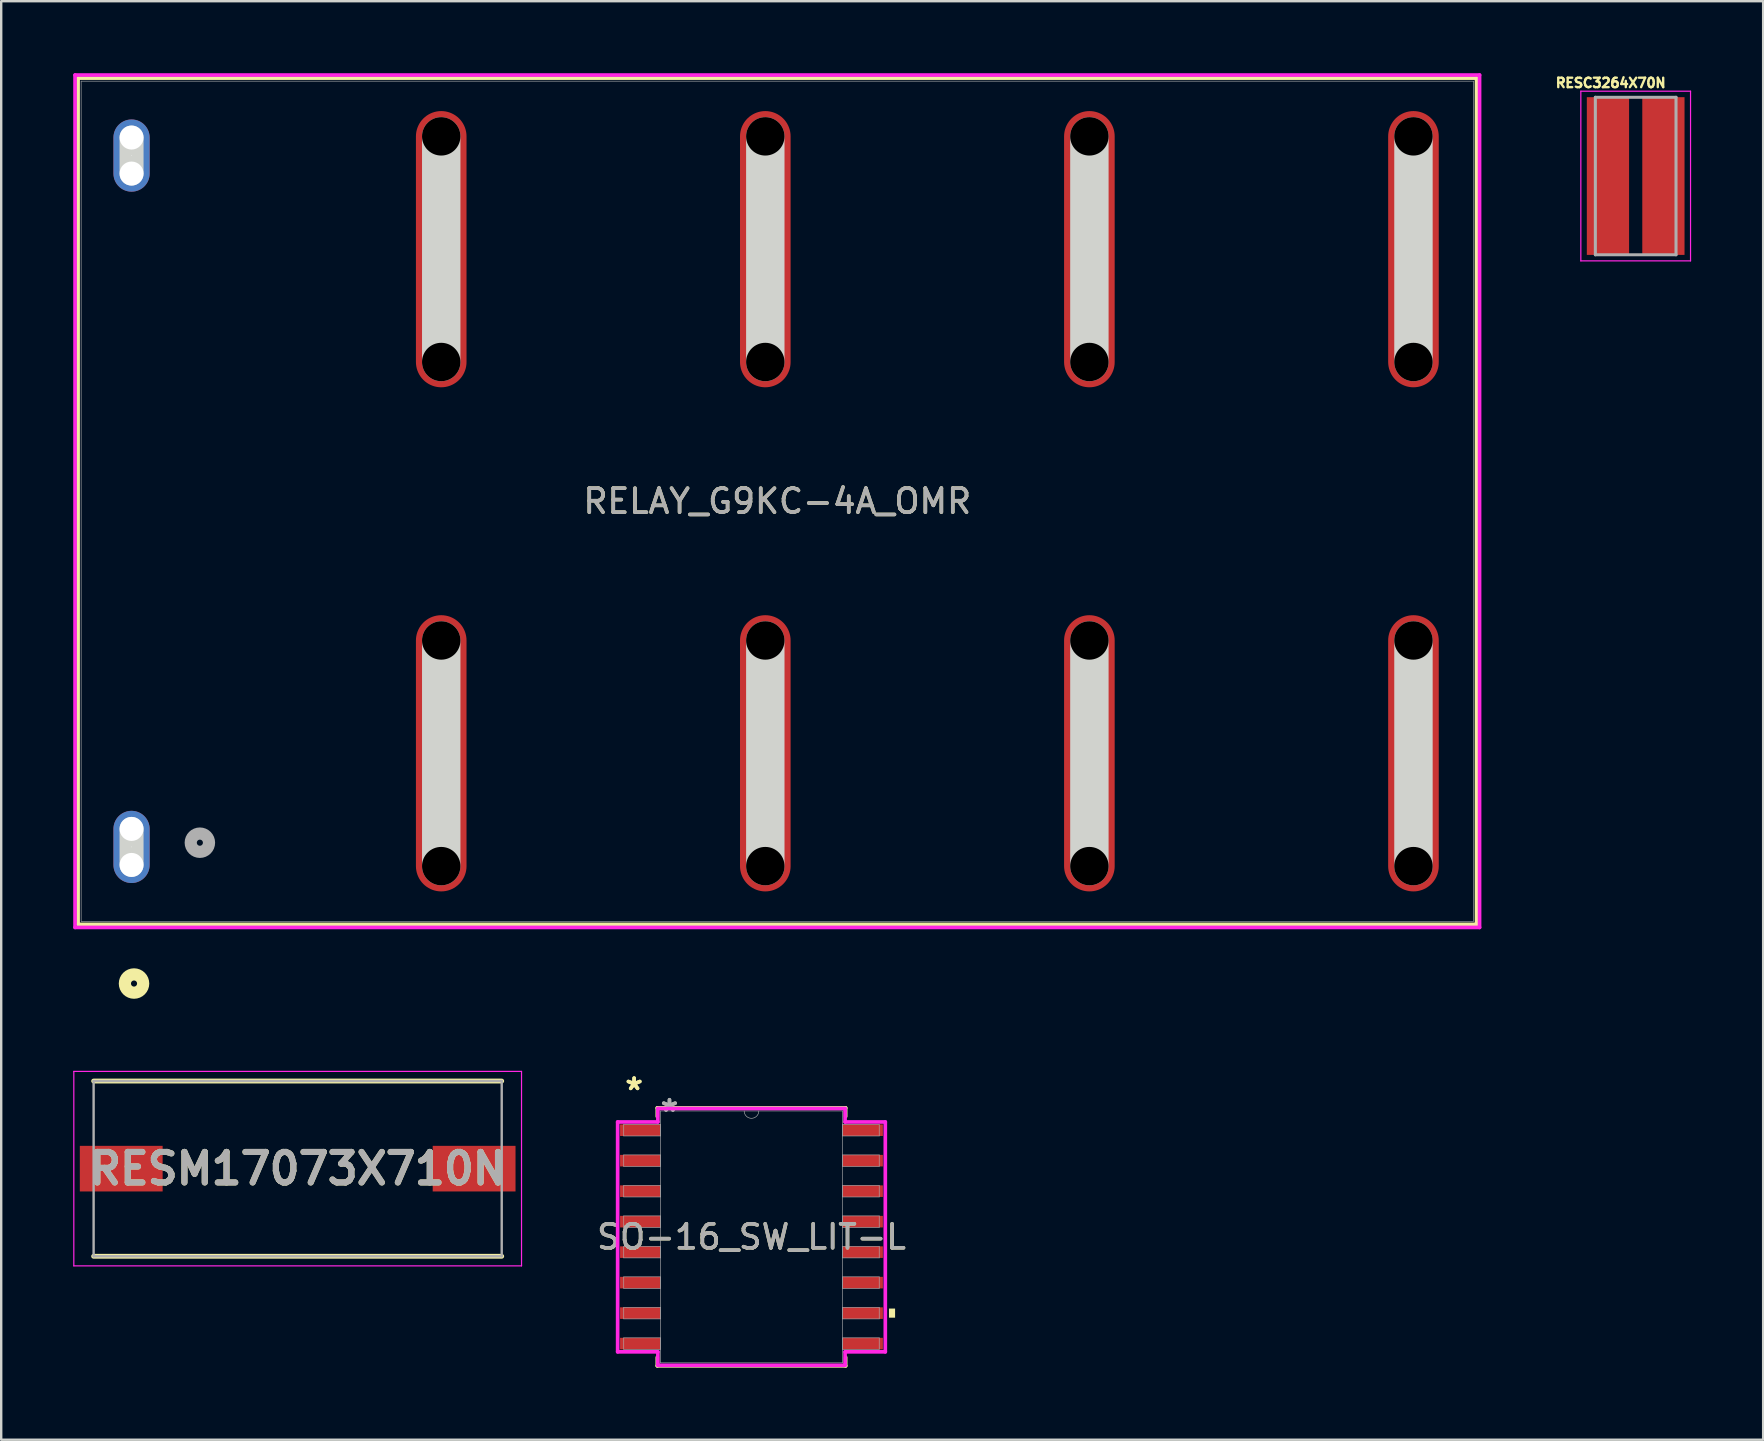
<source format=kicad_pcb>
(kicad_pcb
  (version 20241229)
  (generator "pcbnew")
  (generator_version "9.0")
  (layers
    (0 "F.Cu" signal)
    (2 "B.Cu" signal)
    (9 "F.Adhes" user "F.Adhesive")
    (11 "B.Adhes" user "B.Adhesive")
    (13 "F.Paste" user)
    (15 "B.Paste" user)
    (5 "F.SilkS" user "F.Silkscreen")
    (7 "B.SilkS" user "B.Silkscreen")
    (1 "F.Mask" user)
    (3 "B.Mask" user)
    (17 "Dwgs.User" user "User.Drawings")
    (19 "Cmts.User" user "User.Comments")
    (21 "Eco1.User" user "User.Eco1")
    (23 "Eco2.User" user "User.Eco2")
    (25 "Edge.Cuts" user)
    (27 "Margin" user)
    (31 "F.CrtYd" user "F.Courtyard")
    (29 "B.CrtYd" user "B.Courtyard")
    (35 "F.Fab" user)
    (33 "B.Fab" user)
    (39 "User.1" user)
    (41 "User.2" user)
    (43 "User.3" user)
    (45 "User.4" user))
  (footprint "RESM17073X710N"
    (layer "F.Cu")
    (at 9.35 45.632)
    (property "Reference" "RESM17073X710N" (at 0 0 0) (layer "F.SilkS") (effects (font (size 1.27 1.27) (thickness 0.254))))
    (attr smd)
    (fp_line (start -8.5 3.65) (end 8.5 3.65) (stroke (width 0.2) (type solid)) (layer "F.SilkS"))
    (fp_line (start 8.5 -3.65) (end -8.5 -3.65) (stroke (width 0.2) (type solid)) (layer "F.SilkS"))
    (fp_line (start -9.325 -4.05) (end 9.325 -4.05) (stroke (width 0.05) (type solid)) (layer "F.CrtYd"))
    (fp_line (start -9.325 4.05) (end -9.325 -4.05) (stroke (width 0.05) (type solid)) (layer "F.CrtYd"))
    (fp_line (start 9.325 -4.05) (end 9.325 4.05) (stroke (width 0.05) (type solid)) (layer "F.CrtYd"))
    (fp_line (start 9.325 4.05) (end -9.325 4.05) (stroke (width 0.05) (type solid)) (layer "F.CrtYd"))
    (fp_line (start -8.5 -3.65) (end 8.5 -3.65) (stroke (width 0.1) (type solid)) (layer "F.Fab"))
    (fp_line (start -8.5 3.65) (end -8.5 -3.65) (stroke (width 0.1) (type solid)) (layer "F.Fab"))
    (fp_line (start 8.5 -3.65) (end 8.5 3.65) (stroke (width 0.1) (type solid)) (layer "F.Fab"))
    (fp_line (start 8.5 3.65) (end -8.5 3.65) (stroke (width 0.1) (type solid)) (layer "F.Fab"))
    (fp_text user "${REFERENCE}" (at 0 0 0) (layer "F.Fab") (effects (font (size 1.27 1.27) (thickness 0.254))))
    (pad "1" smd rect (at -7.35 0 90) (size 1.9 3.45) (layers "F.Cu" "F.Mask" "F.Paste"))
    (pad "2" smd rect (at 7.35 0 90) (size 1.9 3.45) (layers "F.Cu" "F.Mask" "F.Paste")))
  (footprint "RESC3264X70N"
    (layer "F.Cu")
    (at 65.087 4.283)
    (property "Reference" "RESC3264X70N" (at -1.04 -3.88 0) (layer "F.SilkS") (effects (font (size 0.394 0.394) (thickness 0.15))))
    (attr smd)
    (fp_line (start -2.285 -3.535) (end 2.285 -3.535) (stroke (width 0.05) (type solid)) (layer "F.CrtYd"))
    (fp_line (start -2.285 3.535) (end -2.285 -3.535) (stroke (width 0.05) (type solid)) (layer "F.CrtYd"))
    (fp_line (start -2.285 3.535) (end 2.285 3.535) (stroke (width 0.05) (type solid)) (layer "F.CrtYd"))
    (fp_line (start 2.285 3.535) (end 2.285 -3.535) (stroke (width 0.05) (type solid)) (layer "F.CrtYd"))
    (fp_line (start -1.68 3.28) (end -1.68 -3.28) (stroke (width 0.127) (type solid)) (layer "F.Fab"))
    (fp_line (start 1.68 -3.28) (end -1.68 -3.28) (stroke (width 0.127) (type solid)) (layer "F.Fab"))
    (fp_line (start 1.68 3.28) (end -1.68 3.28) (stroke (width 0.127) (type solid)) (layer "F.Fab"))
    (fp_line (start 1.68 3.28) (end 1.68 -3.28) (stroke (width 0.127) (type solid)) (layer "F.Fab"))
    (pad "1" smd rect (at -1.155 0) (size 1.76 6.57) (layers "F.Cu" "F.Mask" "F.Paste"))
    (pad "2" smd rect (at 1.155 0) (size 1.76 6.57) (layers "F.Cu" "F.Mask" "F.Paste")))
  (footprint "RELAY_G9KC-4A_OMR"
    (layer "F.Cu")
    (at 29.33 17.83)
    (property "Reference" "RELAY_G9KC-4A_OMR" (at 0 -0.000003 0) (unlocked yes) (layer "F.SilkS") (effects (font (size 1 1) (thickness 0.15))))
    (attr smd)
    (fp_line (start -29.127 -17.627) (end 29.127 -17.627) (stroke (width 0.152) (type solid)) (layer "F.SilkS"))
    (fp_line (start -29.127 17.627) (end -29.127 -17.627) (stroke (width 0.152) (type solid)) (layer "F.SilkS"))
    (fp_line (start 29.127 -17.627) (end 29.127 17.627) (stroke (width 0.152) (type solid)) (layer "F.SilkS"))
    (fp_line (start 29.127 17.627) (end -29.127 17.627) (stroke (width 0.152) (type solid)) (layer "F.SilkS"))
    (fp_circle (center -26.797 20.091) (end -26.416 20.091) (stroke (width 0.508) (type solid)) (fill no) (layer "F.SilkS"))
    (fp_line (start -26.9 -13.65) (end -26.9 -15.15) (stroke (width 1) (type solid)) (layer "Edge.Cuts"))
    (fp_line (start -26.9 15.15) (end -26.9 13.65) (stroke (width 1) (type solid)) (layer "Edge.Cuts"))
    (fp_line (start -14 -5.8) (end -14 -15.2) (stroke (width 1.6) (type solid)) (layer "Edge.Cuts"))
    (fp_line (start -14 15.2) (end -14 5.8) (stroke (width 1.6) (type solid)) (layer "Edge.Cuts"))
    (fp_line (start -0.5 -5.8) (end -0.5 -15.2) (stroke (width 1.6) (type solid)) (layer "Edge.Cuts"))
    (fp_line (start -0.5 15.2) (end -0.5 5.8) (stroke (width 1.6) (type solid)) (layer "Edge.Cuts"))
    (fp_line (start 13 -5.8) (end 13 -15.2) (stroke (width 1.6) (type solid)) (layer "Edge.Cuts"))
    (fp_line (start 13 15.2) (end 13 5.8) (stroke (width 1.6) (type solid)) (layer "Edge.Cuts"))
    (fp_line (start 26.5 -5.8) (end 26.5 -15.2) (stroke (width 1.6) (type solid)) (layer "Edge.Cuts"))
    (fp_line (start 26.5 15.2) (end 26.5 5.8) (stroke (width 1.6) (type solid)) (layer "Edge.Cuts"))
    (fp_line (start -29.254 -17.754) (end -29.254 17.754) (stroke (width 0.152) (type solid)) (layer "F.CrtYd"))
    (fp_line (start -29.254 17.754) (end 29.254 17.754) (stroke (width 0.152) (type solid)) (layer "F.CrtYd"))
    (fp_line (start 29.254 -17.754) (end -29.254 -17.754) (stroke (width 0.152) (type solid)) (layer "F.CrtYd"))
    (fp_line (start 29.254 17.754) (end 29.254 -17.754) (stroke (width 0.152) (type solid)) (layer "F.CrtYd"))
    (fp_line (start -29 -17.5) (end -29 17.5) (stroke (width 0.025) (type solid)) (layer "F.Fab"))
    (fp_line (start -29 17.5) (end 29 17.5) (stroke (width 0.025) (type solid)) (layer "F.Fab"))
    (fp_line (start 29 -17.5) (end -29 -17.5) (stroke (width 0.025) (type solid)) (layer "F.Fab"))
    (fp_line (start 29 17.5) (end 29 -17.5) (stroke (width 0.025) (type solid)) (layer "F.Fab"))
    (fp_circle (center -24.054 14.224) (end -23.673 14.224) (stroke (width 0.508) (type solid)) (fill no) (layer "F.Fab"))
    (fp_text user "${REFERENCE}" (at 0 -0.000003 0) (unlocked yes) (layer "F.Fab") (effects (font (size 1 1) (thickness 0.15))))
    (pad "" np_thru_hole circle (at -26.9 -15.15) (size 1 1) (drill 1) (layers "*.Cu" "*.Mask"))
    (pad "" np_thru_hole circle (at -26.9 -13.65) (size 1 1) (drill 1) (layers "*.Cu" "*.Mask"))
    (pad "" np_thru_hole circle (at -26.9 13.65) (size 1 1) (drill 1) (layers "*.Cu" "*.Mask"))
    (pad "" np_thru_hole circle (at -26.9 15.15) (size 1 1) (drill 1) (layers "*.Cu" "*.Mask"))
    (pad "" np_thru_hole circle (at -14 -15.2) (size 1.6 1.6) (drill 1.6) (layers))
    (pad "" np_thru_hole circle (at -14 -5.8) (size 1.6 1.6) (drill 1.6) (layers))
    (pad "" np_thru_hole circle (at -14 5.8) (size 1.6 1.6) (drill 1.6) (layers))
    (pad "" np_thru_hole circle (at -14 15.2) (size 1.6 1.6) (drill 1.6) (layers))
    (pad "" np_thru_hole circle (at -0.5 -15.2) (size 1.6 1.6) (drill 1.6) (layers))
    (pad "" np_thru_hole circle (at -0.5 -5.8) (size 1.6 1.6) (drill 1.6) (layers))
    (pad "" np_thru_hole circle (at -0.5 5.8) (size 1.6 1.6) (drill 1.6) (layers))
    (pad "" np_thru_hole circle (at -0.5 15.2) (size 1.6 1.6) (drill 1.6) (layers))
    (pad "" np_thru_hole circle (at 13 -15.2) (size 1.6 1.6) (drill 1.6) (layers))
    (pad "" np_thru_hole circle (at 13 -5.8) (size 1.6 1.6) (drill 1.6) (layers))
    (pad "" np_thru_hole circle (at 13 5.8) (size 1.6 1.6) (drill 1.6) (layers))
    (pad "" np_thru_hole circle (at 13 15.2) (size 1.6 1.6) (drill 1.6) (layers))
    (pad "" np_thru_hole circle (at 26.5 -15.2) (size 1.6 1.6) (drill 1.6) (layers))
    (pad "" np_thru_hole circle (at 26.5 -5.8) (size 1.6 1.6) (drill 1.6) (layers))
    (pad "" np_thru_hole circle (at 26.5 5.8) (size 1.6 1.6) (drill 1.6) (layers))
    (pad "" np_thru_hole circle (at 26.5 15.2) (size 1.6 1.6) (drill 1.6) (layers))
    (pad "1" thru_hole oval (at -26.9 14.4 90) (size 3.008 1.508) (drill 0.025) (layers "*.Cu" "*.Mask"))
    (pad "2" smd oval (at -14 10.5) (size 2.108 11.506) (layers "F.Cu" "F.Mask" "F.Paste"))
    (pad "3" smd oval (at -0.5 10.5) (size 2.108 11.506) (layers "F.Cu" "F.Mask" "F.Paste"))
    (pad "4" smd oval (at 13 10.5) (size 2.108 11.506) (layers "F.Cu" "F.Mask" "F.Paste"))
    (pad "5" smd oval (at 26.5 10.5) (size 2.108 11.506) (layers "F.Cu" "F.Mask" "F.Paste"))
    (pad "6" smd oval (at 26.5 -10.5) (size 2.108 11.506) (layers "F.Cu" "F.Mask" "F.Paste"))
    (pad "7" smd oval (at 13 -10.5) (size 2.108 11.506) (layers "F.Cu" "F.Mask" "F.Paste"))
    (pad "8" smd oval (at -0.5 -10.5) (size 2.108 11.506) (layers "F.Cu" "F.Mask" "F.Paste"))
    (pad "9" smd oval (at -14 -10.5) (size 2.108 11.506) (layers "F.Cu" "F.Mask" "F.Paste"))
    (pad "10" thru_hole oval (at -26.9 -14.4 90) (size 3.008 1.508) (drill 0.025) (layers "*.Cu" "*.Mask")))
  (footprint "SO-16_SW_LIT-L"
    (layer "F.Cu")
    (at 28.254 48.475)
    (property "Reference" "SO-16_SW_LIT-L" (at 0 0 0) (unlocked yes) (layer "F.SilkS") (effects (font (size 1 1) (thickness 0.15))))
    (attr smd)
    (fp_line (start -3.924 -5.372) (end -3.924 -5.019) (stroke (width 0.152) (type solid)) (layer "F.SilkS"))
    (fp_line (start -3.924 5.019) (end -3.924 5.372) (stroke (width 0.152) (type solid)) (layer "F.SilkS"))
    (fp_line (start -3.924 5.372) (end 3.924 5.372) (stroke (width 0.152) (type solid)) (layer "F.SilkS"))
    (fp_line (start 3.924 -5.372) (end -3.924 -5.372) (stroke (width 0.152) (type solid)) (layer "F.SilkS"))
    (fp_line (start 3.924 -5.019) (end 3.924 -5.372) (stroke (width 0.152) (type solid)) (layer "F.SilkS"))
    (fp_line (start 3.924 5.372) (end 3.924 5.019) (stroke (width 0.152) (type solid)) (layer "F.SilkS"))
    (fp_poly (pts (xy 5.982 2.985) (xy 5.982 3.365) (xy 5.728 3.365) (xy 5.728 2.985)) (stroke (width 0) (type solid)) (fill yes) (layer "F.SilkS"))
    (fp_line (start -5.575 -4.788) (end -3.899 -4.788) (stroke (width 0.152) (type solid)) (layer "F.CrtYd"))
    (fp_line (start -5.575 4.788) (end -5.575 -4.788) (stroke (width 0.152) (type solid)) (layer "F.CrtYd"))
    (fp_line (start -5.575 4.788) (end -3.899 4.788) (stroke (width 0.152) (type solid)) (layer "F.CrtYd"))
    (fp_line (start -3.899 -5.347) (end 3.899 -5.347) (stroke (width 0.152) (type solid)) (layer "F.CrtYd"))
    (fp_line (start -3.899 -4.788) (end -3.899 -5.347) (stroke (width 0.152) (type solid)) (layer "F.CrtYd"))
    (fp_line (start -3.899 5.347) (end -3.899 4.788) (stroke (width 0.152) (type solid)) (layer "F.CrtYd"))
    (fp_line (start 3.899 -5.347) (end 3.899 -4.788) (stroke (width 0.152) (type solid)) (layer "F.CrtYd"))
    (fp_line (start 3.899 4.788) (end 3.899 5.347) (stroke (width 0.152) (type solid)) (layer "F.CrtYd"))
    (fp_line (start 3.899 5.347) (end -3.899 5.347) (stroke (width 0.152) (type solid)) (layer "F.CrtYd"))
    (fp_line (start 5.575 -4.788) (end 3.899 -4.788) (stroke (width 0.152) (type solid)) (layer "F.CrtYd"))
    (fp_line (start 5.575 -4.788) (end 5.575 4.788) (stroke (width 0.152) (type solid)) (layer "F.CrtYd"))
    (fp_line (start 5.575 4.788) (end 3.899 4.788) (stroke (width 0.152) (type solid)) (layer "F.CrtYd"))
    (fp_line (start -5.321 -4.686) (end -5.321 -4.204) (stroke (width 0.025) (type solid)) (layer "F.Fab"))
    (fp_line (start -5.321 -4.204) (end -3.797 -4.204) (stroke (width 0.025) (type solid)) (layer "F.Fab"))
    (fp_line (start -5.321 -3.416) (end -5.321 -2.934) (stroke (width 0.025) (type solid)) (layer "F.Fab"))
    (fp_line (start -5.321 -2.934) (end -3.797 -2.934) (stroke (width 0.025) (type solid)) (layer "F.Fab"))
    (fp_line (start -5.321 -2.146) (end -5.321 -1.664) (stroke (width 0.025) (type solid)) (layer "F.Fab"))
    (fp_line (start -5.321 -1.664) (end -3.797 -1.664) (stroke (width 0.025) (type solid)) (layer "F.Fab"))
    (fp_line (start -5.321 -0.876) (end -5.321 -0.394) (stroke (width 0.025) (type solid)) (layer "F.Fab"))
    (fp_line (start -5.321 -0.394) (end -3.797 -0.394) (stroke (width 0.025) (type solid)) (layer "F.Fab"))
    (fp_line (start -5.321 0.394) (end -5.321 0.876) (stroke (width 0.025) (type solid)) (layer "F.Fab"))
    (fp_line (start -5.321 0.876) (end -3.797 0.876) (stroke (width 0.025) (type solid)) (layer "F.Fab"))
    (fp_line (start -5.321 1.664) (end -5.321 2.146) (stroke (width 0.025) (type solid)) (layer "F.Fab"))
    (fp_line (start -5.321 2.146) (end -3.797 2.146) (stroke (width 0.025) (type solid)) (layer "F.Fab"))
    (fp_line (start -5.321 2.934) (end -5.321 3.416) (stroke (width 0.025) (type solid)) (layer "F.Fab"))
    (fp_line (start -5.321 3.416) (end -3.797 3.416) (stroke (width 0.025) (type solid)) (layer "F.Fab"))
    (fp_line (start -5.321 4.204) (end -5.321 4.686) (stroke (width 0.025) (type solid)) (layer "F.Fab"))
    (fp_line (start -5.321 4.686) (end -3.797 4.686) (stroke (width 0.025) (type solid)) (layer "F.Fab"))
    (fp_line (start -3.797 -5.245) (end -3.797 5.245) (stroke (width 0.025) (type solid)) (layer "F.Fab"))
    (fp_line (start -3.797 -4.686) (end -5.321 -4.686) (stroke (width 0.025) (type solid)) (layer "F.Fab"))
    (fp_line (start -3.797 -4.204) (end -3.797 -4.686) (stroke (width 0.025) (type solid)) (layer "F.Fab"))
    (fp_line (start -3.797 -3.416) (end -5.321 -3.416) (stroke (width 0.025) (type solid)) (layer "F.Fab"))
    (fp_line (start -3.797 -2.934) (end -3.797 -3.416) (stroke (width 0.025) (type solid)) (layer "F.Fab"))
    (fp_line (start -3.797 -2.146) (end -5.321 -2.146) (stroke (width 0.025) (type solid)) (layer "F.Fab"))
    (fp_line (start -3.797 -1.664) (end -3.797 -2.146) (stroke (width 0.025) (type solid)) (layer "F.Fab"))
    (fp_line (start -3.797 -0.876) (end -5.321 -0.876) (stroke (width 0.025) (type solid)) (layer "F.Fab"))
    (fp_line (start -3.797 -0.394) (end -3.797 -0.876) (stroke (width 0.025) (type solid)) (layer "F.Fab"))
    (fp_line (start -3.797 0.394) (end -5.321 0.394) (stroke (width 0.025) (type solid)) (layer "F.Fab"))
    (fp_line (start -3.797 0.876) (end -3.797 0.394) (stroke (width 0.025) (type solid)) (layer "F.Fab"))
    (fp_line (start -3.797 1.664) (end -5.321 1.664) (stroke (width 0.025) (type solid)) (layer "F.Fab"))
    (fp_line (start -3.797 2.146) (end -3.797 1.664) (stroke (width 0.025) (type solid)) (layer "F.Fab"))
    (fp_line (start -3.797 2.934) (end -5.321 2.934) (stroke (width 0.025) (type solid)) (layer "F.Fab"))
    (fp_line (start -3.797 3.416) (end -3.797 2.934) (stroke (width 0.025) (type solid)) (layer "F.Fab"))
    (fp_line (start -3.797 4.204) (end -5.321 4.204) (stroke (width 0.025) (type solid)) (layer "F.Fab"))
    (fp_line (start -3.797 4.686) (end -3.797 4.204) (stroke (width 0.025) (type solid)) (layer "F.Fab"))
    (fp_line (start -3.797 5.245) (end 3.797 5.245) (stroke (width 0.025) (type solid)) (layer "F.Fab"))
    (fp_line (start 3.797 -5.245) (end -3.797 -5.245) (stroke (width 0.025) (type solid)) (layer "F.Fab"))
    (fp_line (start 3.797 -4.686) (end 3.797 -4.204) (stroke (width 0.025) (type solid)) (layer "F.Fab"))
    (fp_line (start 3.797 -4.204) (end 5.321 -4.204) (stroke (width 0.025) (type solid)) (layer "F.Fab"))
    (fp_line (start 3.797 -3.416) (end 3.797 -2.934) (stroke (width 0.025) (type solid)) (layer "F.Fab"))
    (fp_line (start 3.797 -2.934) (end 5.321 -2.934) (stroke (width 0.025) (type solid)) (layer "F.Fab"))
    (fp_line (start 3.797 -2.146) (end 3.797 -1.664) (stroke (width 0.025) (type solid)) (layer "F.Fab"))
    (fp_line (start 3.797 -1.664) (end 5.321 -1.664) (stroke (width 0.025) (type solid)) (layer "F.Fab"))
    (fp_line (start 3.797 -0.876) (end 3.797 -0.394) (stroke (width 0.025) (type solid)) (layer "F.Fab"))
    (fp_line (start 3.797 -0.394) (end 5.321 -0.394) (stroke (width 0.025) (type solid)) (layer "F.Fab"))
    (fp_line (start 3.797 0.394) (end 3.797 0.876) (stroke (width 0.025) (type solid)) (layer "F.Fab"))
    (fp_line (start 3.797 0.876) (end 5.321 0.876) (stroke (width 0.025) (type solid)) (layer "F.Fab"))
    (fp_line (start 3.797 1.664) (end 3.797 2.146) (stroke (width 0.025) (type solid)) (layer "F.Fab"))
    (fp_line (start 3.797 2.146) (end 5.321 2.146) (stroke (width 0.025) (type solid)) (layer "F.Fab"))
    (fp_line (start 3.797 2.934) (end 3.797 3.416) (stroke (width 0.025) (type solid)) (layer "F.Fab"))
    (fp_line (start 3.797 3.416) (end 5.321 3.416) (stroke (width 0.025) (type solid)) (layer "F.Fab"))
    (fp_line (start 3.797 4.204) (end 3.797 4.686) (stroke (width 0.025) (type solid)) (layer "F.Fab"))
    (fp_line (start 3.797 4.686) (end 5.321 4.686) (stroke (width 0.025) (type solid)) (layer "F.Fab"))
    (fp_line (start 3.797 5.245) (end 3.797 -5.245) (stroke (width 0.025) (type solid)) (layer "F.Fab"))
    (fp_line (start 5.321 -4.686) (end 3.797 -4.686) (stroke (width 0.025) (type solid)) (layer "F.Fab"))
    (fp_line (start 5.321 -4.204) (end 5.321 -4.686) (stroke (width 0.025) (type solid)) (layer "F.Fab"))
    (fp_line (start 5.321 -3.416) (end 3.797 -3.416) (stroke (width 0.025) (type solid)) (layer "F.Fab"))
    (fp_line (start 5.321 -2.934) (end 5.321 -3.416) (stroke (width 0.025) (type solid)) (layer "F.Fab"))
    (fp_line (start 5.321 -2.146) (end 3.797 -2.146) (stroke (width 0.025) (type solid)) (layer "F.Fab"))
    (fp_line (start 5.321 -1.664) (end 5.321 -2.146) (stroke (width 0.025) (type solid)) (layer "F.Fab"))
    (fp_line (start 5.321 -0.876) (end 3.797 -0.876) (stroke (width 0.025) (type solid)) (layer "F.Fab"))
    (fp_line (start 5.321 -0.394) (end 5.321 -0.876) (stroke (width 0.025) (type solid)) (layer "F.Fab"))
    (fp_line (start 5.321 0.394) (end 3.797 0.394) (stroke (width 0.025) (type solid)) (layer "F.Fab"))
    (fp_line (start 5.321 0.876) (end 5.321 0.394) (stroke (width 0.025) (type solid)) (layer "F.Fab"))
    (fp_line (start 5.321 1.664) (end 3.797 1.664) (stroke (width 0.025) (type solid)) (layer "F.Fab"))
    (fp_line (start 5.321 2.146) (end 5.321 1.664) (stroke (width 0.025) (type solid)) (layer "F.Fab"))
    (fp_line (start 5.321 2.934) (end 3.797 2.934) (stroke (width 0.025) (type solid)) (layer "F.Fab"))
    (fp_line (start 5.321 3.416) (end 5.321 2.934) (stroke (width 0.025) (type solid)) (layer "F.Fab"))
    (fp_line (start 5.321 4.204) (end 3.797 4.204) (stroke (width 0.025) (type solid)) (layer "F.Fab"))
    (fp_line (start 5.321 4.686) (end 5.321 4.204) (stroke (width 0.025) (type solid)) (layer "F.Fab"))
    (fp_arc (start 0.3048 -5.2451) (mid 0 -4.9403) (end -0.3048 -5.2451) (stroke (width 0.0254) (type solid)) (layer "F.Fab"))
    (fp_text user "*" (at -4.889 -6.071 0) (layer "F.SilkS") (effects (font (size 1 1) (thickness 0.15))))
    (fp_text user "*" (at -4.889 -6.071 0) (unlocked yes) (layer "F.SilkS") (effects (font (size 1 1) (thickness 0.15))))
    (fp_text user "*" (at -3.416 -5.169 0) (unlocked yes) (layer "F.Fab") (effects (font (size 1 1) (thickness 0.15))))
    (fp_text user "${REFERENCE}" (at 0 0 0) (unlocked yes) (layer "F.Fab") (effects (font (size 1 1) (thickness 0.15))))
    (fp_text user "*" (at -3.416 -5.169 0) (layer "F.Fab") (effects (font (size 1 1) (thickness 0.15))))
    (pad "1" smd rect (at -4.636 -4.445) (size 1.676 0.483) (layers "F.Cu" "F.Mask" "F.Paste"))
    (pad "2" smd rect (at -4.636 -3.175) (size 1.676 0.483) (layers "F.Cu" "F.Mask" "F.Paste"))
    (pad "3" smd rect (at -4.636 -1.905) (size 1.676 0.483) (layers "F.Cu" "F.Mask" "F.Paste"))
    (pad "4" smd rect (at -4.636 -0.635) (size 1.676 0.483) (layers "F.Cu" "F.Mask" "F.Paste"))
    (pad "5" smd rect (at -4.636 0.635) (size 1.676 0.483) (layers "F.Cu" "F.Mask" "F.Paste"))
    (pad "6" smd rect (at -4.636 1.905) (size 1.676 0.483) (layers "F.Cu" "F.Mask" "F.Paste"))
    (pad "7" smd rect (at -4.636 3.175) (size 1.676 0.483) (layers "F.Cu" "F.Mask" "F.Paste"))
    (pad "8" smd rect (at -4.636 4.445) (size 1.676 0.483) (layers "F.Cu" "F.Mask" "F.Paste"))
    (pad "9" smd rect (at 4.636 4.445) (size 1.676 0.483) (layers "F.Cu" "F.Mask" "F.Paste"))
    (pad "10" smd rect (at 4.636 3.175) (size 1.676 0.483) (layers "F.Cu" "F.Mask" "F.Paste"))
    (pad "11" smd rect (at 4.636 1.905) (size 1.676 0.483) (layers "F.Cu" "F.Mask" "F.Paste"))
    (pad "12" smd rect (at 4.636 0.635) (size 1.676 0.483) (layers "F.Cu" "F.Mask" "F.Paste"))
    (pad "13" smd rect (at 4.636 -0.635) (size 1.676 0.483) (layers "F.Cu" "F.Mask" "F.Paste"))
    (pad "14" smd rect (at 4.636 -1.905) (size 1.676 0.483) (layers "F.Cu" "F.Mask" "F.Paste"))
    (pad "15" smd rect (at 4.636 -3.175) (size 1.676 0.483) (layers "F.Cu" "F.Mask" "F.Paste"))
    (pad "16" smd rect (at 4.636 -4.445) (size 1.676 0.483) (layers "F.Cu" "F.Mask" "F.Paste")))
  (gr_rect
    (start -3 -3)
    (end 70.397 56.924)
    (stroke (width 0.1) (type default))
    (fill no)
    (layer "Edge.Cuts")))
</source>
